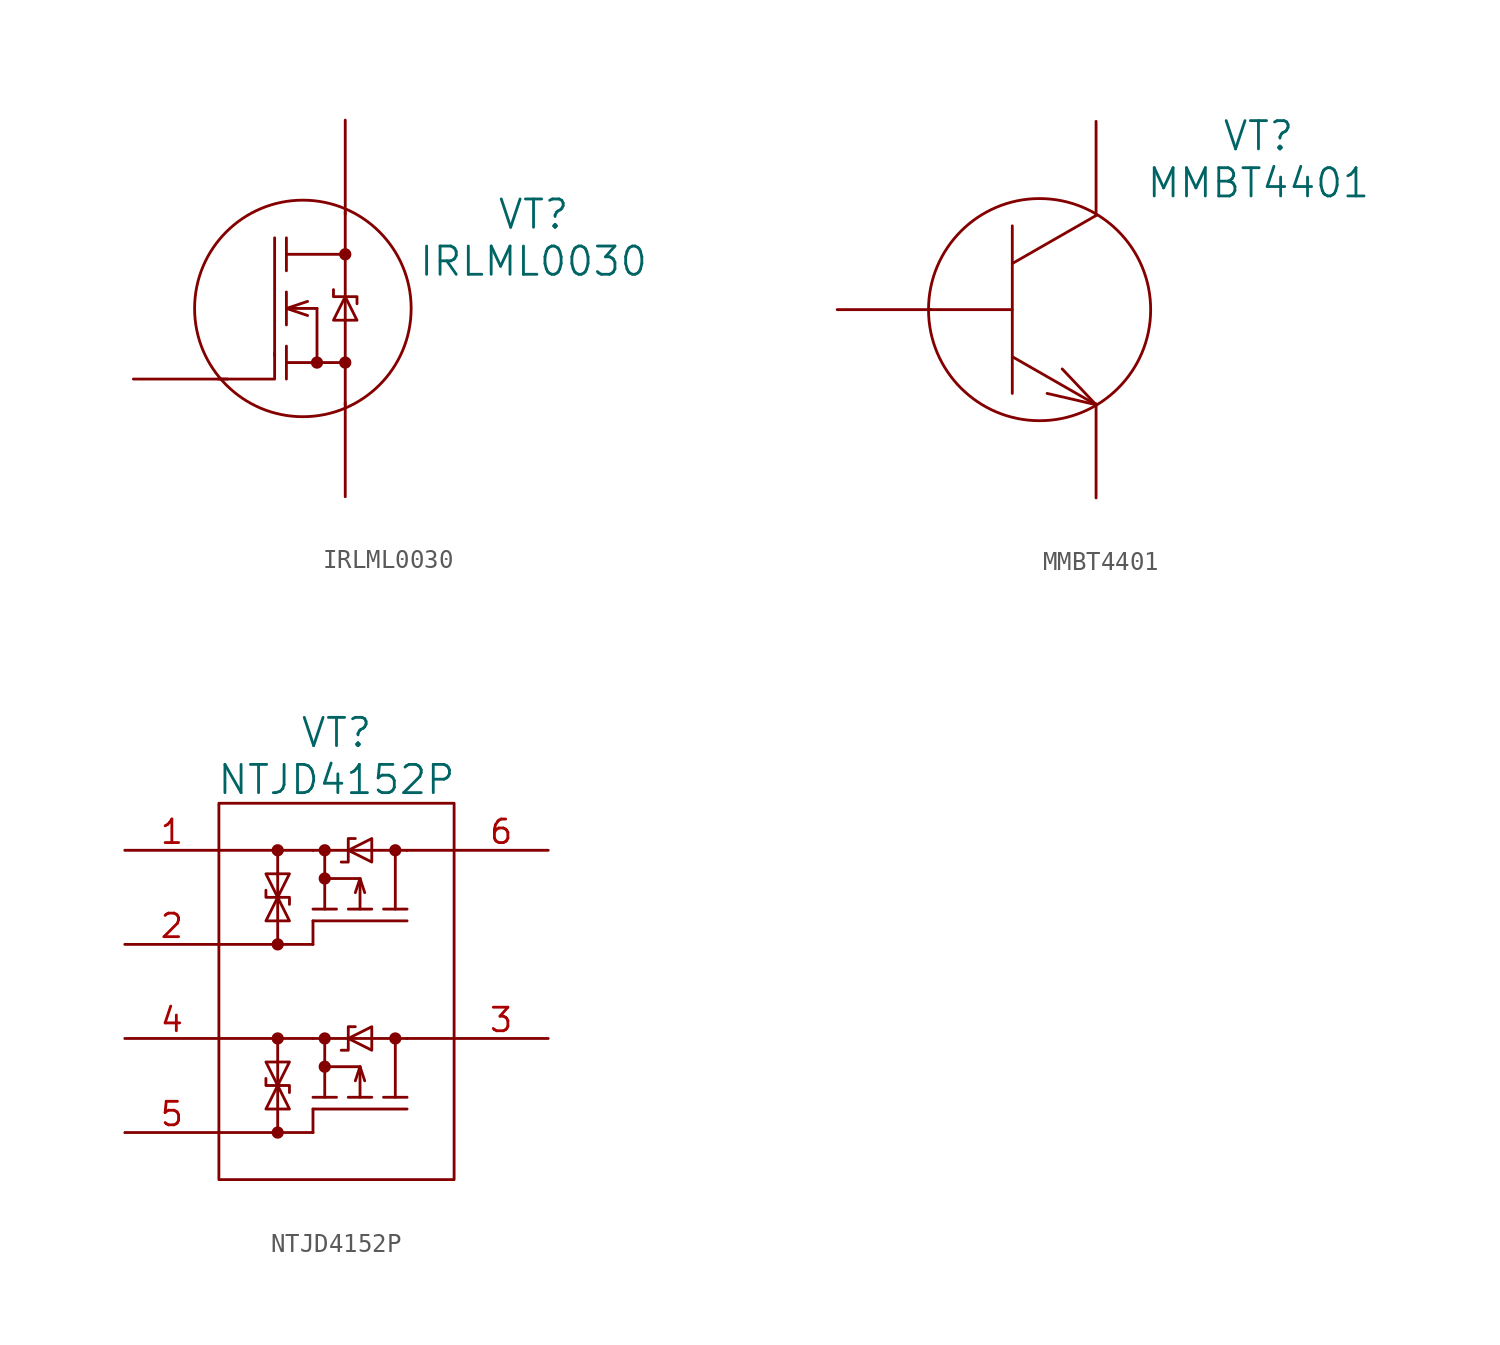
<source format=kicad_sym>
(kicad_symbol_lib
  (version 20220914)
  (generator kicad_symbol_editor)
  (symbol "IRLML0030"
    (pin_numbers hide)
    (pin_names
      (offset 1.016) hide)
    (property "Reference" "VT"
      (at 12.7 5.08 0)
      (effects (font (size 1.524 1.524))))
    (property "Value" "IRLML0030"
      (at 12.7 2.54 0)
      (effects (font (size 1.524 1.524))))
    (property "Datasheet" ""
      (at -8.89 -3.81 0)
      (effects (font (size 1.524 1.524))))
    (symbol "IRLML0030_0_1"
      (polyline (pts (xy -0.635 0.889) (xy -0.635 -0.889)) (stroke (width 0) (type solid)) (fill (type none)))
      (polyline (pts (xy -0.635 2.921) (xy 2.54 2.921)) (stroke (width 0) (type solid)) (fill (type none)))
      (polyline (pts (xy 1.016 -2.921) (xy 1.016 0)) (stroke (width 0) (type solid)) (fill (type none)))
      (polyline (pts (xy 1.016 0) (xy -0.635 0)) (stroke (width 0) (type solid)) (fill (type none)))
      (polyline (pts (xy 2.54 5.207) (xy 2.54 -5.207)) (stroke (width 0) (type solid)) (fill (type none)))
      (polyline (pts (xy -4.318 -3.81) (xy -1.27 -3.81) (xy -1.27 -2.413)) (stroke (width 0) (type solid)) (fill (type none)))
      (polyline (pts (xy -1.27 3.81) (xy -1.27 -2.54) (xy -1.27 -2.54)) (stroke (width 0) (type solid)) (fill (type none)))
      (polyline (pts (xy -0.635 -2.921) (xy 2.54 -2.921) (xy 2.54 -2.921)) (stroke (width 0) (type solid)) (fill (type none)))
      (polyline (pts (xy -0.635 -2.032) (xy -0.635 -3.175) (xy -0.635 -3.81)) (stroke (width 0) (type solid)) (fill (type none)))
      (polyline (pts (xy -0.635 3.81) (xy -0.635 2.413) (xy -0.635 2.032)) (stroke (width 0) (type solid)) (fill (type none)))
      (polyline (pts (xy 0.508 -0.381) (xy -0.635 0) (xy 0.508 0.381)) (stroke (width 0) (type solid)) (fill (type none)))
      (polyline (pts (xy 1.905 1.016) (xy 1.905 0.635) (xy 3.175 0.635) (xy 3.175 0.254)) (stroke (width 0) (type solid)) (fill (type none)))
      (polyline (pts (xy 2.54 0.635) (xy 1.905 -0.635) (xy 3.175 -0.635) (xy 2.54 0.635)) (stroke (width 0) (type solid)) (fill (type none)))
      (circle (center 0.254 0) (radius 5.842) (stroke (width 0) (type solid)) (fill (type none))))
    (symbol "IRLML0030_1_1"
      (circle (center 1.016 -2.921) (radius 0.254) (stroke (width 0) (type solid)) (fill (type outline)))
      (circle (center 2.54 -2.921) (radius 0.254) (stroke (width 0) (type solid)) (fill (type outline)))
      (circle (center 2.54 2.921) (radius 0.254) (stroke (width 0) (type solid)) (fill (type outline)))
      (pin passive line (at -8.89 -3.81 0) (length 5.08) (name "G" (effects (font (size 1.27 1.27)))) (number "1" (effects (font (size 1.27 1.27)))))
      (pin passive line (at 2.54 -10.16 90) (length 5.08) (name "S" (effects (font (size 1.27 1.27)))) (number "2" (effects (font (size 1.27 1.27)))))
      (pin passive line (at 2.54 10.16 270) (length 5.08) (name "D" (effects (font (size 1.27 1.27)))) (number "3" (effects (font (size 1.27 1.27)))))))
  (symbol "MMBT4401"
    (pin_numbers hide)
    (pin_names
      (offset 1.016) hide)
    (property "Reference" "VT"
      (at 12.573 9.373 0)
      (effects (font (size 1.524 1.524))))
    (property "Value" "MMBT4401"
      (at 12.573 6.833 0)
      (effects (font (size 1.524 1.524))))
    (property "Datasheet" ""
      (at 0.762 0 0)
      (effects (font (size 1.524 1.524))))
    (symbol "MMBT4401_0_1"
      (polyline (pts (xy -0.711 4.521) (xy -0.711 -4.521)) (stroke (width 0) (type solid)) (fill (type none)))
      (polyline (pts (xy 3.81 -5.131) (xy -0.711 -2.54)) (stroke (width 0) (type solid)) (fill (type none)))
      (polyline (pts (xy 3.81 -5.131) (xy 1.168 -4.521)) (stroke (width 0) (type solid)) (fill (type none)))
      (polyline (pts (xy 3.81 -5.131) (xy 1.981 -3.2)) (stroke (width 0) (type solid)) (fill (type none)))
      (polyline (pts (xy 3.81 5.08) (xy -0.711 2.489)) (stroke (width 0) (type solid)) (fill (type none)))
      (polyline (pts (xy -0.711 0) (xy -5.232 0) (xy -3.251 0)) (stroke (width 0) (type solid)) (fill (type none)))
      (circle (center 0.762 0) (radius 5.994) (stroke (width 0) (type solid)) (fill (type none))))
    (symbol "MMBT4401_1_1"
      (pin passive line (at -10.16 0 0) (length 5.08) (name "B" (effects (font (size 1.27 1.27)))) (number "1" (effects (font (size 1.27 1.27)))))
      (pin passive line (at 3.81 -10.16 90) (length 5.08) (name "E" (effects (font (size 1.27 1.27)))) (number "2" (effects (font (size 1.27 1.27)))))
      (pin passive line (at 3.81 10.16 270) (length 5.08) (name "C" (effects (font (size 1.27 1.27)))) (number "3" (effects (font (size 1.27 1.27)))))))
  (symbol "NTJD4152P"
    (pin_names
      (offset 1.016) hide)
    (property "Reference" "VT"
      (at 0 13.97 0)
      (effects (font (size 1.524 1.524))))
    (property "Value" "NTJD4152P"
      (at 0 11.43 0)
      (effects (font (size 1.524 1.524))))
    (property "Datasheet" ""
      (at -11.43 2.54 0)
      (effects (font (size 1.524 1.524))))
    (symbol "NTJD4152P_0_0"
      (rectangle (start -6.35 10.16) (end 6.35 -10.16) (stroke (width 0) (type solid)) (fill (type none)))
      (polyline (pts (xy -1.27 -7.62) (xy -1.27 -6.35)) (stroke (width 0) (type solid)) (fill (type none)))
      (polyline (pts (xy -1.27 -2.54) (xy 3.81 -2.54)) (stroke (width 0) (type solid)) (fill (type none)))
      (polyline (pts (xy -1.27 2.54) (xy -1.27 3.81)) (stroke (width 0) (type solid)) (fill (type none)))
      (polyline (pts (xy -1.27 7.62) (xy 3.81 7.62)) (stroke (width 0) (type solid)) (fill (type none)))
      (polyline (pts (xy -0.635 -5.715) (xy -0.635 -2.54)) (stroke (width 0) (type solid)) (fill (type none)))
      (polyline (pts (xy -0.635 -4.064) (xy 1.27 -4.064)) (stroke (width 0) (type solid)) (fill (type none)))
      (polyline (pts (xy -0.635 4.445) (xy -0.635 7.62)) (stroke (width 0) (type solid)) (fill (type none)))
      (polyline (pts (xy -0.635 6.096) (xy 1.27 6.096)) (stroke (width 0) (type solid)) (fill (type none)))
      (polyline (pts (xy 1.27 -4.064) (xy 1.27 -5.715)) (stroke (width 0) (type solid)) (fill (type none)))
      (polyline (pts (xy 1.27 6.096) (xy 1.27 4.445)) (stroke (width 0) (type solid)) (fill (type none)))
      (polyline (pts (xy -1.27 -5.715) (xy 0 -5.715) (xy 0 -5.715)) (stroke (width 0) (type solid)) (fill (type none)))
      (polyline (pts (xy -1.27 4.445) (xy 0 4.445) (xy 0 4.445)) (stroke (width 0) (type solid)) (fill (type none)))
      (polyline (pts (xy 0.635 -5.715) (xy 1.905 -5.715) (xy 1.905 -5.715)) (stroke (width 0) (type solid)) (fill (type none)))
      (polyline (pts (xy 0.635 4.445) (xy 1.905 4.445) (xy 1.905 4.445)) (stroke (width 0) (type solid)) (fill (type none)))
      (polyline (pts (xy 1.524 -4.826) (xy 1.27 -4.064) (xy 1.016 -4.826)) (stroke (width 0) (type solid)) (fill (type none)))
      (polyline (pts (xy 1.524 5.334) (xy 1.27 6.096) (xy 1.016 5.334)) (stroke (width 0) (type solid)) (fill (type none)))
      (polyline (pts (xy 2.54 -5.715) (xy 3.81 -5.715) (xy 3.81 -5.715)) (stroke (width 0) (type solid)) (fill (type none)))
      (polyline (pts (xy 2.54 4.445) (xy 3.81 4.445) (xy 3.81 4.445)) (stroke (width 0) (type solid)) (fill (type none)))
      (polyline (pts (xy 3.175 -5.715) (xy 3.175 -2.54) (xy 3.175 -2.54)) (stroke (width 0) (type solid)) (fill (type none)))
      (polyline (pts (xy 3.175 4.445) (xy 3.175 7.62) (xy 3.175 7.62)) (stroke (width 0) (type solid)) (fill (type none)))
      (polyline (pts (xy 3.81 -6.35) (xy -1.27 -6.35) (xy -1.27 -6.35)) (stroke (width 0) (type solid)) (fill (type none)))
      (polyline (pts (xy 3.81 3.81) (xy -1.27 3.81) (xy -1.27 3.81)) (stroke (width 0) (type solid)) (fill (type none)))
      (polyline (pts (xy -3.175 -5.08) (xy -2.54 -6.35) (xy -3.81 -6.35) (xy -3.175 -5.08)) (stroke (width 0) (type solid)) (fill (type none)))
      (polyline (pts (xy -3.175 -5.08) (xy -2.54 -3.81) (xy -3.81 -3.81) (xy -3.175 -5.08)) (stroke (width 0) (type solid)) (fill (type none)))
      (polyline (pts (xy -3.175 5.08) (xy -2.54 3.81) (xy -3.81 3.81) (xy -3.175 5.08)) (stroke (width 0) (type solid)) (fill (type none)))
      (polyline (pts (xy -3.175 5.08) (xy -2.54 6.35) (xy -3.81 6.35) (xy -3.175 5.08)) (stroke (width 0) (type solid)) (fill (type none)))
      (polyline (pts (xy -2.54 -5.461) (xy -2.54 -5.08) (xy -3.81 -5.08) (xy -3.81 -4.699)) (stroke (width 0) (type solid)) (fill (type none)))
      (polyline (pts (xy -2.54 4.699) (xy -2.54 5.08) (xy -3.81 5.08) (xy -3.81 5.461)) (stroke (width 0) (type solid)) (fill (type none)))
      (polyline (pts (xy 0.254 -3.175) (xy 0.635 -3.175) (xy 0.635 -1.905) (xy 1.016 -1.905)) (stroke (width 0) (type solid)) (fill (type none)))
      (polyline (pts (xy 0.254 6.985) (xy 0.635 6.985) (xy 0.635 8.255) (xy 1.016 8.255)) (stroke (width 0) (type solid)) (fill (type none)))
      (polyline (pts (xy 0.635 -2.54) (xy 1.905 -3.175) (xy 1.905 -1.905) (xy 0.635 -2.54)) (stroke (width 0) (type solid)) (fill (type none)))
      (polyline (pts (xy 0.635 7.62) (xy 1.905 6.985) (xy 1.905 8.255) (xy 0.635 7.62)) (stroke (width 0) (type solid)) (fill (type none)))
      (pin passive line (at -11.43 7.62 0) (length 5.08) (name "S1" (effects (font (size 1.27 1.27)))) (number "1" (effects (font (size 1.27 1.27)))))
      (pin passive line (at 11.43 -2.54 180) (length 5.08) (name "D2" (effects (font (size 1.27 1.27)))) (number "3" (effects (font (size 1.27 1.27)))))
      (pin passive line (at -11.43 -2.54 0) (length 5.08) (name "S2" (effects (font (size 1.27 1.27)))) (number "4" (effects (font (size 1.27 1.27)))))
      (pin passive line (at -11.43 -7.62 0) (length 5.08) (name "G2" (effects (font (size 1.27 1.27)))) (number "5" (effects (font (size 1.27 1.27)))))
      (pin passive line (at 11.43 7.62 180) (length 5.08) (name "D1" (effects (font (size 1.27 1.27)))) (number "6" (effects (font (size 1.27 1.27))))))
    (symbol "NTJD4152P_0_1"
      (circle (center -3.175 -7.62) (radius 0.254) (stroke (width 0) (type solid)) (fill (type outline)))
      (circle (center -3.175 -2.54) (radius 0.254) (stroke (width 0) (type solid)) (fill (type outline)))
      (circle (center -3.175 2.54) (radius 0.254) (stroke (width 0) (type solid)) (fill (type outline)))
      (circle (center -3.175 7.62) (radius 0.254) (stroke (width 0) (type solid)) (fill (type outline)))
      (circle (center -0.635 -4.064) (radius 0.254) (stroke (width 0) (type solid)) (fill (type outline)))
      (circle (center -0.635 -2.54) (radius 0.254) (stroke (width 0) (type solid)) (fill (type outline)))
      (circle (center -0.635 6.096) (radius 0.254) (stroke (width 0) (type solid)) (fill (type outline)))
      (circle (center -0.635 7.62) (radius 0.254) (stroke (width 0) (type solid)) (fill (type outline)))
      (polyline (pts (xy -3.175 -2.54) (xy -3.175 -7.62)) (stroke (width 0) (type solid)) (fill (type none)))
      (polyline (pts (xy -3.175 7.62) (xy -3.175 2.54)) (stroke (width 0) (type solid)) (fill (type none)))
      (polyline (pts (xy -1.27 -7.62) (xy -6.35 -7.62)) (stroke (width 0) (type solid)) (fill (type none)))
      (polyline (pts (xy -1.27 -2.54) (xy -6.35 -2.54)) (stroke (width 0) (type solid)) (fill (type none)))
      (polyline (pts (xy -1.27 2.54) (xy -6.35 2.54)) (stroke (width 0) (type solid)) (fill (type none)))
      (polyline (pts (xy -1.27 7.62) (xy -6.35 7.62)) (stroke (width 0) (type solid)) (fill (type none)))
      (polyline (pts (xy 6.35 -2.54) (xy 3.81 -2.54)) (stroke (width 0) (type solid)) (fill (type none)))
      (polyline (pts (xy 6.35 7.62) (xy 3.81 7.62)) (stroke (width 0) (type solid)) (fill (type none)))
      (circle (center 3.175 -2.54) (radius 0.254) (stroke (width 0) (type solid)) (fill (type outline)))
      (circle (center 3.175 7.62) (radius 0.254) (stroke (width 0) (type solid)) (fill (type outline))))
    (symbol "NTJD4152P_1_0"
      (pin passive line (at -11.43 2.54 0) (length 5.08) (name "G1" (effects (font (size 1.27 1.27)))) (number "2" (effects (font (size 1.27 1.27))))))))
</source>
